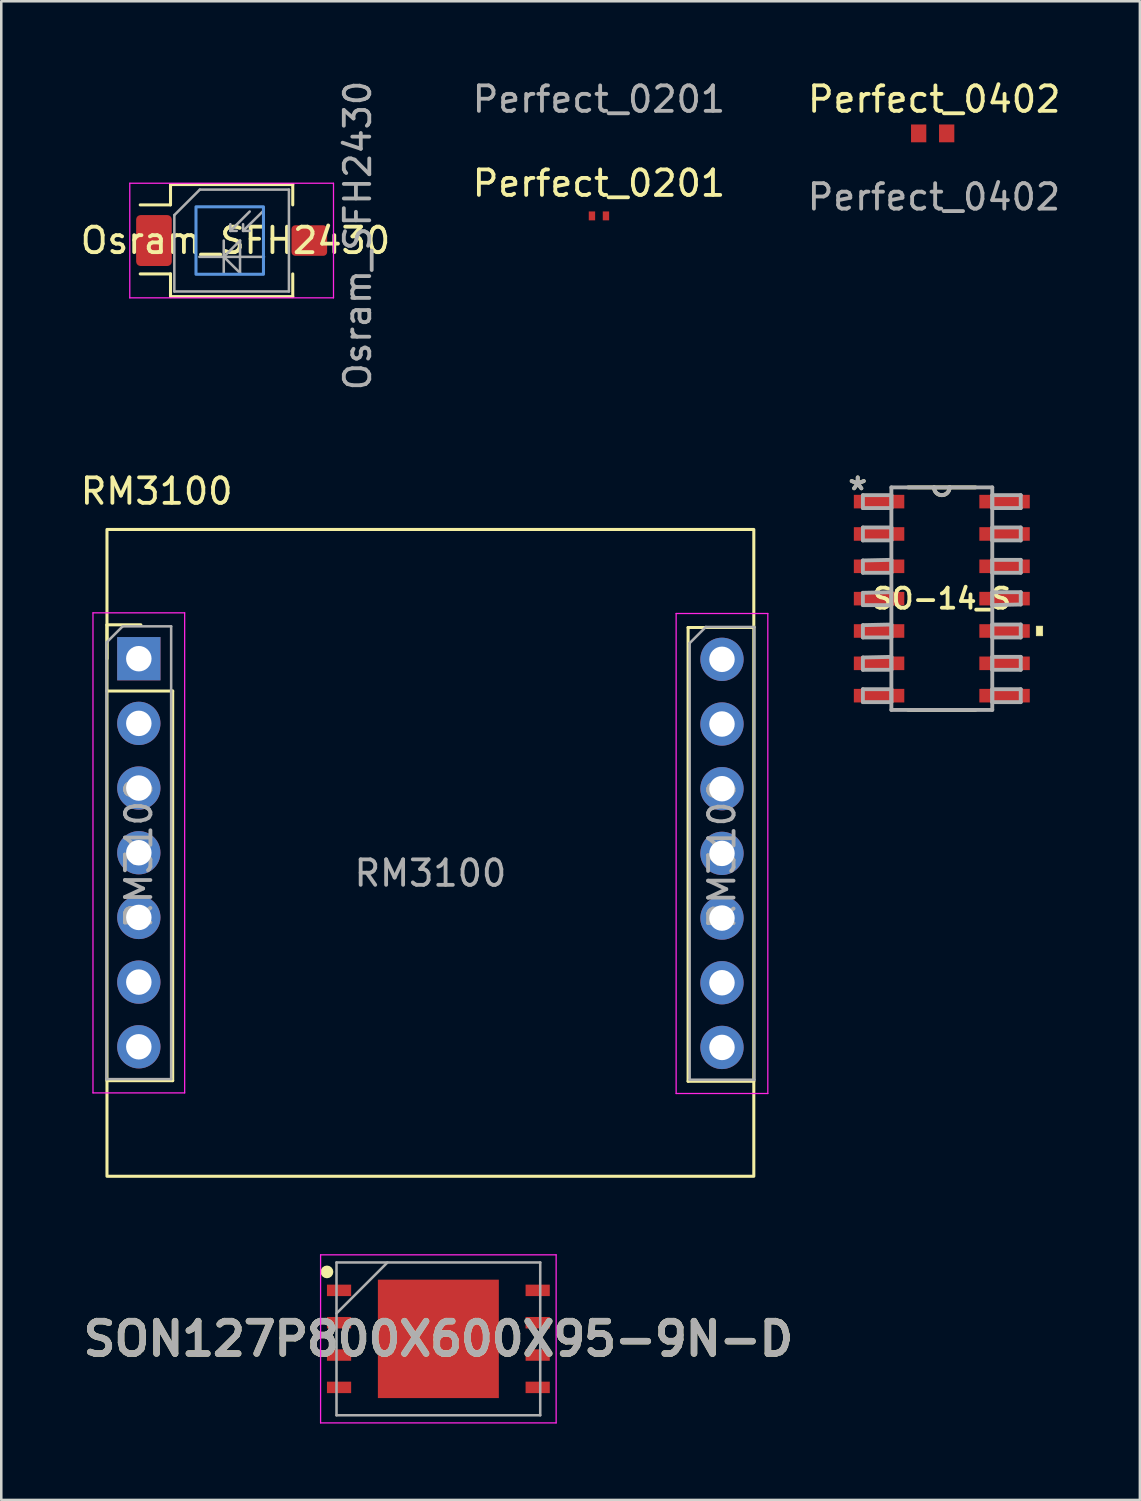
<source format=kicad_pcb>
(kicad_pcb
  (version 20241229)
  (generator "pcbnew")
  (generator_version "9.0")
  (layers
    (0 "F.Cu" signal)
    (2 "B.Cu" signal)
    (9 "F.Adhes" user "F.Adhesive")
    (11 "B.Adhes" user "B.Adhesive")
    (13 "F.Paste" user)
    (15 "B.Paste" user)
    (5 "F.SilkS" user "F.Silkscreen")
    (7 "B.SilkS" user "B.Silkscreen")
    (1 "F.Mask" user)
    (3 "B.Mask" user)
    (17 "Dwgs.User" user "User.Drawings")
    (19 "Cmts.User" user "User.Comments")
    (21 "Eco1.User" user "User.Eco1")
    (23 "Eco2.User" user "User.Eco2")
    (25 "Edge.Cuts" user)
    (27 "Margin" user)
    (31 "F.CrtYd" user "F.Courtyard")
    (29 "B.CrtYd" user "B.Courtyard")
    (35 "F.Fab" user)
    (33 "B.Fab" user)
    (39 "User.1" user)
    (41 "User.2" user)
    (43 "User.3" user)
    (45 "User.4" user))
  (footprint "SO-14_S"
    (layer "F.Cu")
    (at 33.934 20.458)
    (property "Reference" "SO-14_S" (at 0 0 0) (layer "F.SilkS") (effects (font (size 0.787 0.787) (thickness 0.15))))
    (attr smd)
    (fp_line (start -1.321 4.369) (end 1.321 4.369) (stroke (width 0.152) (type solid)) (layer "F.SilkS"))
    (fp_line (start -0.305 -4.369) (end -1.321 -4.369) (stroke (width 0.152) (type solid)) (layer "F.SilkS"))
    (fp_line (start 0.305 -4.369) (end -0.305 -4.369) (stroke (width 0.152) (type solid)) (layer "F.SilkS"))
    (fp_line (start 1.321 -4.369) (end 0.305 -4.369) (stroke (width 0.152) (type solid)) (layer "F.SilkS"))
    (fp_arc (start 0.3048 -4.3688) (mid 0 -4.064) (end -0.3048 -4.3688) (stroke (width 0.1524) (type solid)) (layer "F.SilkS"))
    (fp_poly (pts (xy 3.962 1.079) (xy 3.962 1.46) (xy 3.708 1.46) (xy 3.708 1.079)) (stroke (width 0.025) (type solid)) (fill yes) (layer "F.SilkS"))
    (fp_line (start -3.099 -4.064) (end -3.099 -3.556) (stroke (width 0.152) (type solid)) (layer "F.Fab"))
    (fp_line (start -3.099 -3.556) (end -1.981 -3.556) (stroke (width 0.152) (type solid)) (layer "F.Fab"))
    (fp_line (start -3.099 -2.794) (end -3.099 -2.286) (stroke (width 0.152) (type solid)) (layer "F.Fab"))
    (fp_line (start -3.099 -2.286) (end -1.981 -2.286) (stroke (width 0.152) (type solid)) (layer "F.Fab"))
    (fp_line (start -3.099 -1.499) (end -3.099 -1.016) (stroke (width 0.152) (type solid)) (layer "F.Fab"))
    (fp_line (start -3.099 -1.016) (end -1.981 -1.016) (stroke (width 0.152) (type solid)) (layer "F.Fab"))
    (fp_line (start -3.099 -0.229) (end -3.099 0.254) (stroke (width 0.152) (type solid)) (layer "F.Fab"))
    (fp_line (start -3.099 0.254) (end -1.981 0.254) (stroke (width 0.152) (type solid)) (layer "F.Fab"))
    (fp_line (start -3.099 1.041) (end -3.099 1.524) (stroke (width 0.152) (type solid)) (layer "F.Fab"))
    (fp_line (start -3.099 1.524) (end -1.981 1.524) (stroke (width 0.152) (type solid)) (layer "F.Fab"))
    (fp_line (start -3.099 2.311) (end -3.099 2.794) (stroke (width 0.152) (type solid)) (layer "F.Fab"))
    (fp_line (start -3.099 2.794) (end -1.981 2.794) (stroke (width 0.152) (type solid)) (layer "F.Fab"))
    (fp_line (start -3.099 3.556) (end -3.099 4.064) (stroke (width 0.152) (type solid)) (layer "F.Fab"))
    (fp_line (start -3.099 4.064) (end -1.981 4.064) (stroke (width 0.152) (type solid)) (layer "F.Fab"))
    (fp_line (start -1.981 -4.369) (end -1.981 4.369) (stroke (width 0.152) (type solid)) (layer "F.Fab"))
    (fp_line (start -1.981 -4.064) (end -3.099 -4.064) (stroke (width 0.152) (type solid)) (layer "F.Fab"))
    (fp_line (start -1.981 -3.556) (end -1.981 -4.064) (stroke (width 0.152) (type solid)) (layer "F.Fab"))
    (fp_line (start -1.981 -2.794) (end -3.099 -2.794) (stroke (width 0.152) (type solid)) (layer "F.Fab"))
    (fp_line (start -1.981 -2.286) (end -1.981 -2.794) (stroke (width 0.152) (type solid)) (layer "F.Fab"))
    (fp_line (start -1.981 -1.524) (end -3.099 -1.499) (stroke (width 0.152) (type solid)) (layer "F.Fab"))
    (fp_line (start -1.981 -1.016) (end -1.981 -1.524) (stroke (width 0.152) (type solid)) (layer "F.Fab"))
    (fp_line (start -1.981 -0.254) (end -3.099 -0.229) (stroke (width 0.152) (type solid)) (layer "F.Fab"))
    (fp_line (start -1.981 0.254) (end -1.981 -0.254) (stroke (width 0.152) (type solid)) (layer "F.Fab"))
    (fp_line (start -1.981 1.016) (end -3.099 1.041) (stroke (width 0.152) (type solid)) (layer "F.Fab"))
    (fp_line (start -1.981 1.524) (end -1.981 1.016) (stroke (width 0.152) (type solid)) (layer "F.Fab"))
    (fp_line (start -1.981 2.286) (end -3.099 2.311) (stroke (width 0.152) (type solid)) (layer "F.Fab"))
    (fp_line (start -1.981 2.794) (end -1.981 2.286) (stroke (width 0.152) (type solid)) (layer "F.Fab"))
    (fp_line (start -1.981 3.556) (end -3.099 3.556) (stroke (width 0.152) (type solid)) (layer "F.Fab"))
    (fp_line (start -1.981 4.064) (end -1.981 3.556) (stroke (width 0.152) (type solid)) (layer "F.Fab"))
    (fp_line (start -1.981 4.369) (end 1.981 4.369) (stroke (width 0.152) (type solid)) (layer "F.Fab"))
    (fp_line (start -0.305 -4.369) (end -1.981 -4.369) (stroke (width 0.152) (type solid)) (layer "F.Fab"))
    (fp_line (start 0.305 -4.369) (end -0.305 -4.369) (stroke (width 0.152) (type solid)) (layer "F.Fab"))
    (fp_line (start 1.981 -4.369) (end 0.305 -4.369) (stroke (width 0.152) (type solid)) (layer "F.Fab"))
    (fp_line (start 1.981 -4.064) (end 1.981 -3.556) (stroke (width 0.152) (type solid)) (layer "F.Fab"))
    (fp_line (start 1.981 -3.556) (end 3.099 -3.556) (stroke (width 0.152) (type solid)) (layer "F.Fab"))
    (fp_line (start 1.981 -2.794) (end 1.981 -2.286) (stroke (width 0.152) (type solid)) (layer "F.Fab"))
    (fp_line (start 1.981 -2.286) (end 3.099 -2.286) (stroke (width 0.152) (type solid)) (layer "F.Fab"))
    (fp_line (start 1.981 -1.524) (end 1.981 -1.016) (stroke (width 0.152) (type solid)) (layer "F.Fab"))
    (fp_line (start 1.981 -1.016) (end 3.099 -1.016) (stroke (width 0.152) (type solid)) (layer "F.Fab"))
    (fp_line (start 1.981 -0.254) (end 1.981 0.254) (stroke (width 0.152) (type solid)) (layer "F.Fab"))
    (fp_line (start 1.981 0.254) (end 3.099 0.229) (stroke (width 0.152) (type solid)) (layer "F.Fab"))
    (fp_line (start 1.981 1.016) (end 1.981 1.524) (stroke (width 0.152) (type solid)) (layer "F.Fab"))
    (fp_line (start 1.981 1.524) (end 3.099 1.524) (stroke (width 0.152) (type solid)) (layer "F.Fab"))
    (fp_line (start 1.981 2.286) (end 1.981 2.794) (stroke (width 0.152) (type solid)) (layer "F.Fab"))
    (fp_line (start 1.981 2.794) (end 3.099 2.794) (stroke (width 0.152) (type solid)) (layer "F.Fab"))
    (fp_line (start 1.981 3.556) (end 1.981 4.064) (stroke (width 0.152) (type solid)) (layer "F.Fab"))
    (fp_line (start 1.981 4.064) (end 3.099 4.064) (stroke (width 0.152) (type solid)) (layer "F.Fab"))
    (fp_line (start 1.981 4.369) (end 1.981 -4.369) (stroke (width 0.152) (type solid)) (layer "F.Fab"))
    (fp_line (start 3.099 -4.064) (end 1.981 -4.064) (stroke (width 0.152) (type solid)) (layer "F.Fab"))
    (fp_line (start 3.099 -3.556) (end 3.099 -4.064) (stroke (width 0.152) (type solid)) (layer "F.Fab"))
    (fp_line (start 3.099 -2.794) (end 1.981 -2.794) (stroke (width 0.152) (type solid)) (layer "F.Fab"))
    (fp_line (start 3.099 -2.286) (end 3.099 -2.794) (stroke (width 0.152) (type solid)) (layer "F.Fab"))
    (fp_line (start 3.099 -1.524) (end 1.981 -1.524) (stroke (width 0.152) (type solid)) (layer "F.Fab"))
    (fp_line (start 3.099 -1.016) (end 3.099 -1.524) (stroke (width 0.152) (type solid)) (layer "F.Fab"))
    (fp_line (start 3.099 -0.254) (end 1.981 -0.254) (stroke (width 0.152) (type solid)) (layer "F.Fab"))
    (fp_line (start 3.099 0.229) (end 3.099 -0.254) (stroke (width 0.152) (type solid)) (layer "F.Fab"))
    (fp_line (start 3.099 1.016) (end 1.981 1.016) (stroke (width 0.152) (type solid)) (layer "F.Fab"))
    (fp_line (start 3.099 1.524) (end 3.099 1.016) (stroke (width 0.152) (type solid)) (layer "F.Fab"))
    (fp_line (start 3.099 2.286) (end 1.981 2.286) (stroke (width 0.152) (type solid)) (layer "F.Fab"))
    (fp_line (start 3.099 2.794) (end 3.099 2.286) (stroke (width 0.152) (type solid)) (layer "F.Fab"))
    (fp_line (start 3.099 3.556) (end 1.981 3.556) (stroke (width 0.152) (type solid)) (layer "F.Fab"))
    (fp_line (start 3.099 4.064) (end 3.099 3.556) (stroke (width 0.152) (type solid)) (layer "F.Fab"))
    (fp_arc (start 0.3048 -4.3688) (mid 0 -4.064) (end -0.3048 -4.3688) (stroke (width 0.1524) (type solid)) (layer "F.Fab"))
    (fp_text user "*" (at -3.302 -4.216 0) (layer "F.SilkS") (effects (font (size 1 1) (thickness 0.15))))
    (fp_text user "*" (at -3.302 -4.216 0) (layer "F.Fab") (effects (font (size 1 1) (thickness 0.15))))
    (pad "1" smd rect (at -2.464 -3.81) (size 1.981 0.533) (layers "F.Cu" "F.Mask" "F.Paste"))
    (pad "2" smd rect (at -2.464 -2.54) (size 1.981 0.533) (layers "F.Cu" "F.Mask" "F.Paste"))
    (pad "3" smd rect (at -2.464 -1.27) (size 1.981 0.533) (layers "F.Cu" "F.Mask" "F.Paste"))
    (pad "4" smd rect (at -2.464 0) (size 1.981 0.533) (layers "F.Cu" "F.Mask" "F.Paste"))
    (pad "5" smd rect (at -2.464 1.27) (size 1.981 0.533) (layers "F.Cu" "F.Mask" "F.Paste"))
    (pad "6" smd rect (at -2.464 2.54) (size 1.981 0.533) (layers "F.Cu" "F.Mask" "F.Paste"))
    (pad "7" smd rect (at -2.464 3.81) (size 1.981 0.533) (layers "F.Cu" "F.Mask" "F.Paste"))
    (pad "8" smd rect (at 2.464 3.81) (size 1.981 0.533) (layers "F.Cu" "F.Mask" "F.Paste"))
    (pad "9" smd rect (at 2.464 2.54) (size 1.981 0.533) (layers "F.Cu" "F.Mask" "F.Paste"))
    (pad "10" smd rect (at 2.464 1.27) (size 1.981 0.533) (layers "F.Cu" "F.Mask" "F.Paste"))
    (pad "11" smd rect (at 2.464 0) (size 1.981 0.533) (layers "F.Cu" "F.Mask" "F.Paste"))
    (pad "12" smd rect (at 2.464 -1.27) (size 1.981 0.533) (layers "F.Cu" "F.Mask" "F.Paste"))
    (pad "13" smd rect (at 2.464 -2.54) (size 1.981 0.533) (layers "F.Cu" "F.Mask" "F.Paste"))
    (pad "14" smd rect (at 2.464 -3.81) (size 1.981 0.533) (layers "F.Cu" "F.Mask" "F.Paste")))
  (footprint "Perfect_0402"
    (layer "F.Cu")
    (at 33.625 2.188)
    (property "Reference" "Perfect_0402" (at 0.01 -1.34 0) (unlocked yes) (layer "F.SilkS") (effects (font (size 1 1) (thickness 0.15))))
    (attr smd)
    (fp_text user "${REFERENCE}" (at 0 2.5 0) (unlocked yes) (layer "F.Fab") (effects (font (size 1 1) (thickness 0.15))))
    (pad "1" smd rect (at -0.6 0) (size 0.6 0.7) (layers "F.Cu" "F.Mask" "F.Paste"))
    (pad "2" smd rect (at 0.5 0) (size 0.6 0.7) (layers "F.Cu" "F.Mask" "F.Paste")))
  (footprint "Perfect_0201"
    (layer "F.Cu")
    (at 20.47 5.428)
    (property "Reference" "Perfect_0201" (at 0 -1.28 0) (unlocked yes) (layer "F.SilkS") (effects (font (size 1 1) (thickness 0.15))))
    (attr smd)
    (fp_text user "${REFERENCE}" (at 0 -4.58 0) (unlocked yes) (layer "F.Fab") (effects (font (size 1 1) (thickness 0.15))))
    (pad "1" smd rect (at -0.275 0) (size 0.25 0.35) (layers "F.Cu" "F.Mask" "F.Paste"))
    (pad "2" smd rect (at 0.275 0) (size 0.25 0.35) (layers "F.Cu" "F.Mask" "F.Paste")))
  (footprint "RM3100"
    (layer "F.Cu")
    (at 13.851 30.441)
    (property "Reference" "RM3100" (at -10.75 -14.2 0) (unlocked yes) (layer "F.SilkS") (effects (font (size 1 1) (thickness 0.15))))
    (attr smd)
    (fp_line (start -12.7 -8.955) (end -11.37 -8.955) (stroke (width 0.12) (type solid)) (layer "F.SilkS"))
    (fp_line (start -12.7 -7.625) (end -12.7 -8.955) (stroke (width 0.12) (type solid)) (layer "F.SilkS"))
    (fp_line (start -12.7 -6.355) (end -10.12 -6.355) (stroke (width 0.12) (type solid)) (layer "F.SilkS"))
    (fp_line (start -12.7 8.945) (end -10.12 8.945) (stroke (width 0.12) (type solid)) (layer "F.SilkS"))
    (fp_line (start -10.12 -6.355) (end -10.12 8.945) (stroke (width 0.12) (type solid)) (layer "F.SilkS"))
    (fp_line (start 10.12 -8.85) (end 10.12 8.97) (stroke (width 0.12) (type solid)) (layer "F.SilkS"))
    (fp_line (start 10.12 -8.85) (end 12.7 -8.85) (stroke (width 0.12) (type solid)) (layer "F.SilkS"))
    (fp_line (start 10.12 8.97) (end 12.7 8.97) (stroke (width 0.12) (type solid)) (layer "F.SilkS"))
    (fp_rect (start -12.7 -12.7) (end 12.7 12.7) (stroke (width 0.12) (type default)) (fill no) (layer "F.SilkS"))
    (fp_line (start -13.25 -9.425) (end -13.25 9.425) (stroke (width 0.05) (type solid)) (layer "F.CrtYd"))
    (fp_line (start -13.25 9.425) (end -9.65 9.425) (stroke (width 0.05) (type solid)) (layer "F.CrtYd"))
    (fp_line (start -9.65 -9.425) (end -13.25 -9.425) (stroke (width 0.05) (type solid)) (layer "F.CrtYd"))
    (fp_line (start -9.65 9.425) (end -9.65 -9.425) (stroke (width 0.05) (type solid)) (layer "F.CrtYd"))
    (fp_line (start 9.65 -9.4) (end 9.65 9.45) (stroke (width 0.05) (type solid)) (layer "F.CrtYd"))
    (fp_line (start 9.65 9.45) (end 13.25 9.45) (stroke (width 0.05) (type solid)) (layer "F.CrtYd"))
    (fp_line (start 13.25 -9.4) (end 9.65 -9.4) (stroke (width 0.05) (type solid)) (layer "F.CrtYd"))
    (fp_line (start 13.25 9.45) (end 13.25 -9.4) (stroke (width 0.05) (type solid)) (layer "F.CrtYd"))
    (fp_line (start -12.72 -8.26) (end -12.085 -8.895) (stroke (width 0.1) (type solid)) (layer "F.Fab"))
    (fp_line (start -12.72 8.885) (end -12.72 -8.26) (stroke (width 0.1) (type solid)) (layer "F.Fab"))
    (fp_line (start -12.085 -8.895) (end -10.18 -8.895) (stroke (width 0.1) (type solid)) (layer "F.Fab"))
    (fp_line (start -10.18 -8.895) (end -10.18 8.885) (stroke (width 0.1) (type solid)) (layer "F.Fab"))
    (fp_line (start -10.18 8.885) (end -12.72 8.885) (stroke (width 0.1) (type solid)) (layer "F.Fab"))
    (fp_line (start 10.18 -8.235) (end 10.815 -8.87) (stroke (width 0.1) (type solid)) (layer "F.Fab"))
    (fp_line (start 10.18 8.91) (end 10.18 -8.235) (stroke (width 0.1) (type solid)) (layer "F.Fab"))
    (fp_line (start 10.815 -8.87) (end 12.72 -8.87) (stroke (width 0.1) (type solid)) (layer "F.Fab"))
    (fp_line (start 12.72 -8.87) (end 12.72 8.91) (stroke (width 0.1) (type solid)) (layer "F.Fab"))
    (fp_line (start 12.72 8.91) (end 10.18 8.91) (stroke (width 0.1) (type solid)) (layer "F.Fab"))
    (fp_text user "${REFERENCE}" (at -11.45 -0.005 90) (layer "F.Fab") (effects (font (size 1 1) (thickness 0.15))))
    (fp_text user "${REFERENCE}" (at 11.45 0.02 90) (layer "F.Fab") (effects (font (size 1 1) (thickness 0.15))))
    (fp_text user "${REFERENCE}" (at 0 0.8 0) (unlocked yes) (layer "F.Fab") (effects (font (size 1 1) (thickness 0.15))))
    (pad "1" thru_hole rect (at -11.45 -7.625) (size 1.7 1.7) (drill 1) (layers "*.Cu" "*.Mask"))
    (pad "1" thru_hole oval (at 11.45 -7.6) (size 1.7 1.7) (drill 1) (layers "*.Cu" "*.Mask"))
    (pad "2" thru_hole oval (at -11.45 -5.085) (size 1.7 1.7) (drill 1) (layers "*.Cu" "*.Mask"))
    (pad "2" thru_hole oval (at 11.45 -5.06) (size 1.7 1.7) (drill 1) (layers "*.Cu" "*.Mask"))
    (pad "3" thru_hole oval (at -11.45 -2.545) (size 1.7 1.7) (drill 1) (layers "*.Cu" "*.Mask"))
    (pad "3" thru_hole oval (at 11.45 -2.52) (size 1.7 1.7) (drill 1) (layers "*.Cu" "*.Mask"))
    (pad "4" thru_hole oval (at -11.45 -0.005) (size 1.7 1.7) (drill 1) (layers "*.Cu" "*.Mask"))
    (pad "4" thru_hole oval (at 11.45 0.02) (size 1.7 1.7) (drill 1) (layers "*.Cu" "*.Mask"))
    (pad "5" thru_hole oval (at -11.45 2.535) (size 1.7 1.7) (drill 1) (layers "*.Cu" "*.Mask"))
    (pad "5" thru_hole oval (at 11.45 2.56) (size 1.7 1.7) (drill 1) (layers "*.Cu" "*.Mask"))
    (pad "6" thru_hole oval (at -11.45 5.075) (size 1.7 1.7) (drill 1) (layers "*.Cu" "*.Mask"))
    (pad "6" thru_hole oval (at 11.45 5.1) (size 1.7 1.7) (drill 1) (layers "*.Cu" "*.Mask"))
    (pad "7" thru_hole oval (at -11.45 7.615) (size 1.7 1.7) (drill 1) (layers "*.Cu" "*.Mask"))
    (pad "7" thru_hole oval (at 11.45 7.64) (size 1.7 1.7) (drill 1) (layers "*.Cu" "*.Mask")))
  (footprint "SON127P800X600X95-9N-D"
    (layer "F.Cu")
    (at 14.164 49.526)
    (property "Reference" "SON127P800X600X95-9N-D" (at 0 0 0) (layer "F.SilkS") (effects (font (size 1.27 1.27) (thickness 0.254))))
    (attr smd)
    (fp_circle (center -4.375 -2.63) (end -4.375 -2.505) (stroke (width 0.25) (type solid)) (fill no) (layer "F.SilkS"))
    (fp_line (start -4.625 -3.3) (end 4.625 -3.3) (stroke (width 0.05) (type solid)) (layer "F.CrtYd"))
    (fp_line (start -4.625 3.3) (end -4.625 -3.3) (stroke (width 0.05) (type solid)) (layer "F.CrtYd"))
    (fp_line (start 4.625 -3.3) (end 4.625 3.3) (stroke (width 0.05) (type solid)) (layer "F.CrtYd"))
    (fp_line (start 4.625 3.3) (end -4.625 3.3) (stroke (width 0.05) (type solid)) (layer "F.CrtYd"))
    (fp_line (start -4 -3) (end 4 -3) (stroke (width 0.1) (type solid)) (layer "F.Fab"))
    (fp_line (start -4 -1) (end -2 -3) (stroke (width 0.1) (type solid)) (layer "F.Fab"))
    (fp_line (start -4 3) (end -4 -3) (stroke (width 0.1) (type solid)) (layer "F.Fab"))
    (fp_line (start 4 -3) (end 4 3) (stroke (width 0.1) (type solid)) (layer "F.Fab"))
    (fp_line (start 4 3) (end -4 3) (stroke (width 0.1) (type solid)) (layer "F.Fab"))
    (fp_text user "${REFERENCE}" (at 0 0 0) (layer "F.Fab") (effects (font (size 1.27 1.27) (thickness 0.254))))
    (pad "1" smd rect (at -3.9 -1.905 90) (size 0.45 0.95) (layers "F.Cu" "F.Mask" "F.Paste"))
    (pad "2" smd rect (at -3.9 -0.635 90) (size 0.45 0.95) (layers "F.Cu" "F.Mask" "F.Paste"))
    (pad "3" smd rect (at -3.9 0.635 90) (size 0.45 0.95) (layers "F.Cu" "F.Mask" "F.Paste"))
    (pad "4" smd rect (at -3.9 1.905 90) (size 0.45 0.95) (layers "F.Cu" "F.Mask" "F.Paste"))
    (pad "5" smd rect (at 3.9 1.905 90) (size 0.45 0.95) (layers "F.Cu" "F.Mask" "F.Paste"))
    (pad "6" smd rect (at 3.9 0.635 90) (size 0.45 0.95) (layers "F.Cu" "F.Mask" "F.Paste"))
    (pad "7" smd rect (at 3.9 -0.635 90) (size 0.45 0.95) (layers "F.Cu" "F.Mask" "F.Paste"))
    (pad "8" smd rect (at 3.9 -1.905 90) (size 0.45 0.95) (layers "F.Cu" "F.Mask" "F.Paste"))
    (pad "9" smd rect (at 0 0 90) (size 4.65 4.75) (layers "F.Cu" "F.Mask" "F.Paste")))
  (footprint "Osram_SFH2430"
    (layer "F.Cu")
    (at 6.046 6.396)
    (property "Reference" "Osram_SFH2430" (at 0.15 0 0) (layer "F.SilkS") (effects (font (size 1 1) (thickness 0.15))))
    (attr smd)
    (fp_line (start -3.59 1.31) (end -2.4 1.31) (stroke (width 0.12) (type solid)) (layer "F.SilkS"))
    (fp_line (start -2.41 -1.4) (end -3.59 -1.4) (stroke (width 0.12) (type solid)) (layer "F.SilkS"))
    (fp_line (start -2.4 -2.2) (end -2.4 -1.4) (stroke (width 0.12) (type solid)) (layer "F.SilkS"))
    (fp_line (start -2.4 1.31) (end -2.4 2.2) (stroke (width 0.12) (type solid)) (layer "F.SilkS"))
    (fp_line (start -2.4 2.2) (end 2.4 2.2) (stroke (width 0.12) (type solid)) (layer "F.SilkS"))
    (fp_line (start 2.4 -2.2) (end -2.4 -2.2) (stroke (width 0.12) (type solid)) (layer "F.SilkS"))
    (fp_line (start 2.4 -1.4) (end 2.4 -2.2) (stroke (width 0.12) (type solid)) (layer "F.SilkS"))
    (fp_line (start 2.4 2.2) (end 2.4 1.31) (stroke (width 0.12) (type solid)) (layer "F.SilkS"))
    (fp_rect (start -1.4 -1.325) (end 1.25 1.325) (stroke (width 0.12) (type solid)) (fill no) (layer "Cmts.User"))
    (fp_line (start -4 -2.25) (end -4 2.25) (stroke (width 0.05) (type solid)) (layer "F.CrtYd"))
    (fp_line (start -4 -2.25) (end 4 -2.25) (stroke (width 0.05) (type solid)) (layer "F.CrtYd"))
    (fp_line (start 4 2.25) (end -4 2.25) (stroke (width 0.05) (type solid)) (layer "F.CrtYd"))
    (fp_line (start 4 2.25) (end 4 -2.25) (stroke (width 0.05) (type solid)) (layer "F.CrtYd"))
    (fp_line (start -2.25 -1) (end -2.25 2) (stroke (width 0.1) (type solid)) (layer "F.Fab"))
    (fp_line (start -2.25 -1) (end -1.25 -2) (stroke (width 0.1) (type solid)) (layer "F.Fab"))
    (fp_line (start -1.27 0.64) (end 1.27 0.64) (stroke (width 0.1) (type solid)) (layer "F.Fab"))
    (fp_line (start -1.25 -2) (end 2.25 -2) (stroke (width 0.1) (type solid)) (layer "F.Fab"))
    (fp_line (start -0.31 0) (end -0.31 1.27) (stroke (width 0.1) (type solid)) (layer "F.Fab"))
    (fp_line (start -0.31 0.64) (end 0.33 0) (stroke (width 0.1) (type solid)) (layer "F.Fab"))
    (fp_line (start -0.05 -0.38) (end -0.05 -0.64) (stroke (width 0.1) (type solid)) (layer "F.Fab"))
    (fp_line (start -0.05 -0.38) (end 0.2 -0.38) (stroke (width 0.1) (type solid)) (layer "F.Fab"))
    (fp_line (start 0.33 0) (end 0.33 1.27) (stroke (width 0.1) (type solid)) (layer "F.Fab"))
    (fp_line (start 0.33 1.27) (end -0.31 0.64) (stroke (width 0.1) (type solid)) (layer "F.Fab"))
    (fp_line (start 0.45 -0.38) (end 0.45 -0.64) (stroke (width 0.1) (type solid)) (layer "F.Fab"))
    (fp_line (start 0.45 -0.38) (end 0.71 -0.38) (stroke (width 0.1) (type solid)) (layer "F.Fab"))
    (fp_line (start 0.71 -1.14) (end -0.05 -0.38) (stroke (width 0.1) (type solid)) (layer "F.Fab"))
    (fp_line (start 1.22 -1.14) (end 0.45 -0.38) (stroke (width 0.1) (type solid)) (layer "F.Fab"))
    (fp_line (start 2.25 -2) (end 2.25 2) (stroke (width 0.1) (type solid)) (layer "F.Fab"))
    (fp_line (start 2.25 2) (end -2.25 2) (stroke (width 0.1) (type solid)) (layer "F.Fab"))
    (fp_text user "${REFERENCE}" (at 4.95 -0.2 90) (layer "F.Fab") (effects (font (size 1 1) (thickness 0.15))))
    (pad "" smd roundrect (at -3.05 0 180) (size 1.3 1.9) (layers "F.Paste") (roundrect_rratio 0.125))
    (pad "" smd roundrect (at -3.05 0 180) (size 1.5 2.1) (layers "F.Mask") (roundrect_rratio 0.125))
    (pad "" smd roundrect (at 3.05 0 180) (size 1.3 1.1) (layers "F.Paste") (roundrect_rratio 0.125))
    (pad "" smd roundrect (at 3.05 0 180) (size 1.5 1.3) (layers "F.Mask") (roundrect_rratio 0.125))
    (pad "1" smd roundrect (at -3.05 0 180) (size 1.4 2) (layers "F.Cu" "F.Mask") (roundrect_rratio 0.125))
    (pad "2" smd roundrect (at 3.05 0 180) (size 1.4 1.2) (layers "F.Cu" "F.Mask") (roundrect_rratio 0.125)))
  (gr_rect
    (start -3 -3)
    (end 41.712 55.851)
    (stroke (width 0.1) (type default))
    (fill no)
    (layer "Edge.Cuts")))
</source>
